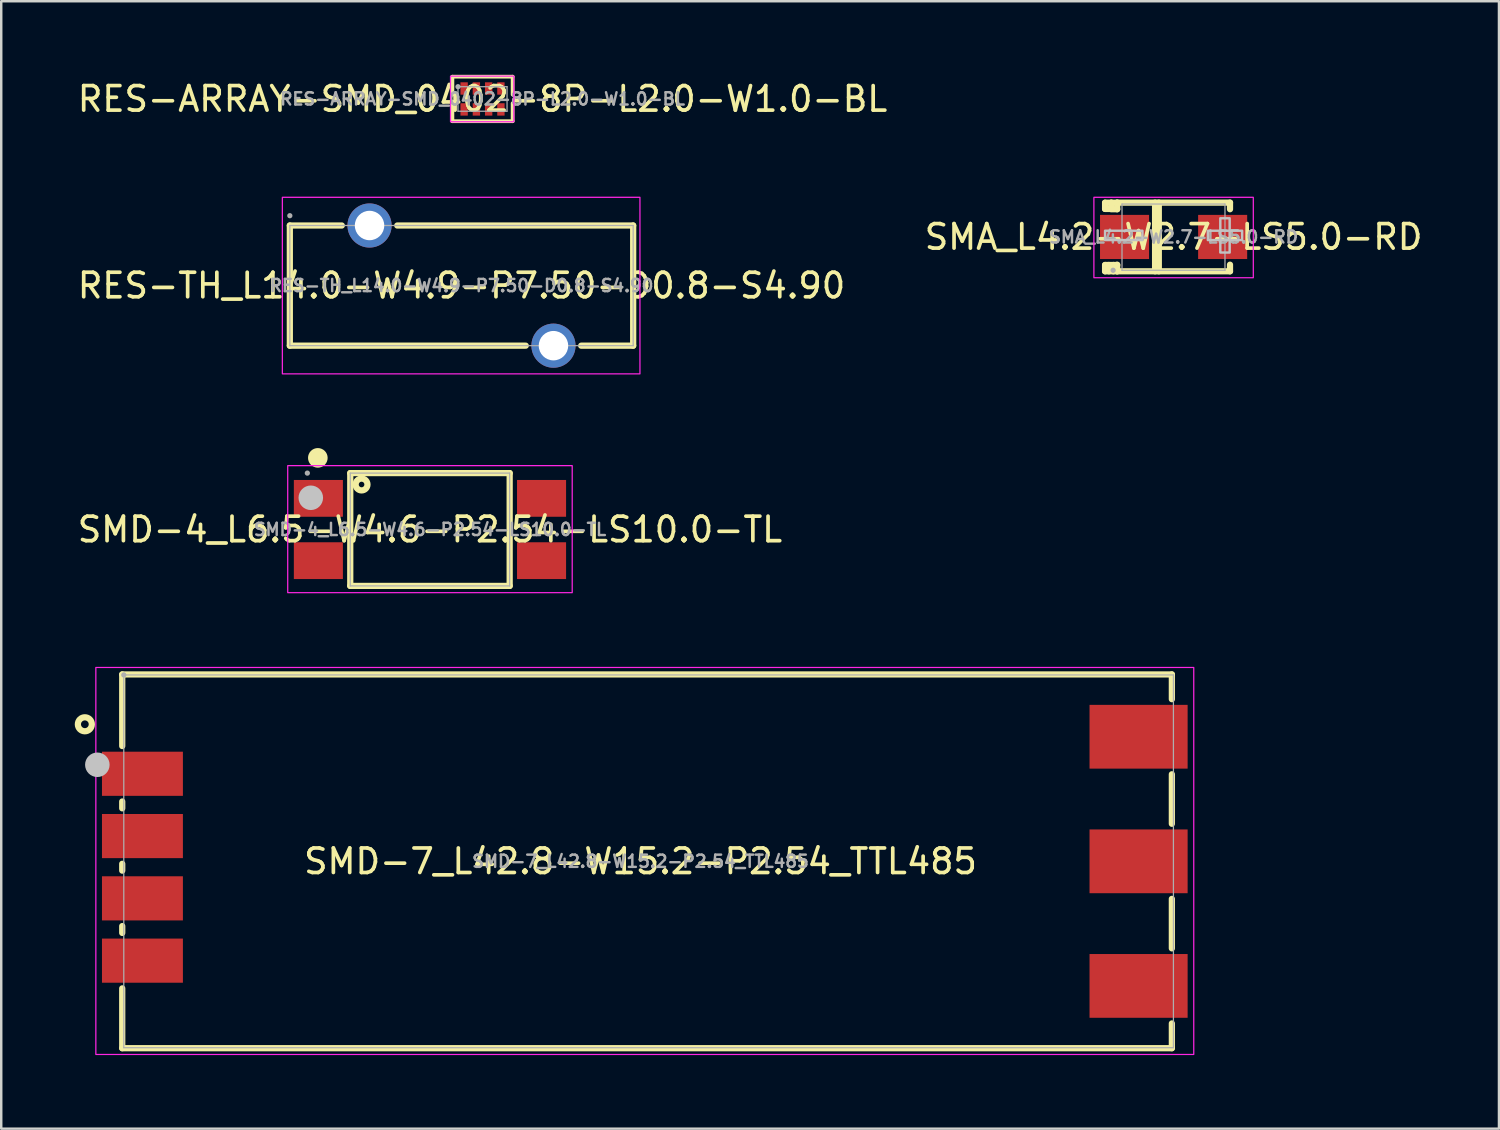
<source format=kicad_pcb>
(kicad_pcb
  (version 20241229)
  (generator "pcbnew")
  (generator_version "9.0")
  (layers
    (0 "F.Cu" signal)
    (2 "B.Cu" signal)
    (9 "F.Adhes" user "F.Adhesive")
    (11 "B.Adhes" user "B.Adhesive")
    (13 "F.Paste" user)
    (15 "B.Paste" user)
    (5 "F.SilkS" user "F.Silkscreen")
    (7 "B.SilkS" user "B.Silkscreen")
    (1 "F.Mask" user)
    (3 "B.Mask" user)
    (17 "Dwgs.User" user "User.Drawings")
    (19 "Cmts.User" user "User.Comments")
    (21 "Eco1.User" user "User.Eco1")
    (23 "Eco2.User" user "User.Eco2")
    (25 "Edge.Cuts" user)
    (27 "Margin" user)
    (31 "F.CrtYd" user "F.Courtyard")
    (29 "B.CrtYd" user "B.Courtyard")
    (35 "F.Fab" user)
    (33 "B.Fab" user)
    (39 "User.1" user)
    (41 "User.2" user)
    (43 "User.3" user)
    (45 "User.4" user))
  (footprint "RES-ARRAY-SMD_0402-8P-L2.0-W1.0-BL"
    (layer "F.Cu")
    (at 16.625 0.985)
    (property "Reference" "RES-ARRAY-SMD_0402-8P-L2.0-W1.0-BL" (at 0 0 0) (layer "F.SilkS") (effects (font (size 1 1) (thickness 0.15))))
    (fp_line (start -1.228 -0.908) (end 1.228 -0.908) (stroke (width 0.152) (type default)) (layer "F.SilkS"))
    (fp_line (start -1.228 -0.175) (end -1.228 -0.908) (stroke (width 0.152) (type default)) (layer "F.SilkS"))
    (fp_line (start -1.228 0.175) (end -1.228 0.908) (stroke (width 0.152) (type default)) (layer "F.SilkS"))
    (fp_line (start -1.228 0.908) (end 1.228 0.908) (stroke (width 0.152) (type default)) (layer "F.SilkS"))
    (fp_line (start 1.228 -0.908) (end 1.228 -0.175) (stroke (width 0.152) (type default)) (layer "F.SilkS"))
    (fp_line (start 1.228 0.908) (end 1.228 0.175) (stroke (width 0.152) (type default)) (layer "F.SilkS"))
    (fp_rect (start -1.305 -0.93) (end 1.276 0.93) (stroke (width 0.05) (type default)) (fill no) (layer "F.CrtYd"))
    (fp_line (start -1 -0.5) (end -1 0.5) (stroke (width 0.051) (type default)) (layer "F.Fab"))
    (fp_line (start -1 0.5) (end 1 0.5) (stroke (width 0.051) (type default)) (layer "F.Fab"))
    (fp_line (start 1 -0.5) (end -1 -0.5) (stroke (width 0.051) (type default)) (layer "F.Fab"))
    (fp_line (start 1 0.5) (end 1 -0.5) (stroke (width 0.051) (type default)) (layer "F.Fab"))
    (fp_poly (pts (xy -0.945 -0.523) (xy -0.977 -0.555) (xy -1.023 -0.555) (xy -1.055 -0.523) (xy -1.055 -0.477) (xy -1.023 -0.445) (xy -0.977 -0.445) (xy -0.945 -0.477)) (stroke (width 0.1) (type default)) (fill no) (layer "F.Fab"))
    (fp_poly (pts (xy -0.9 -0.5) (xy -0.9 -0.2) (xy -0.6 -0.2) (xy -0.6 -0.5)) (stroke (width 0.1) (type default)) (fill no) (layer "User.1"))
    (fp_poly (pts (xy -0.9 0.5) (xy -0.9 0.2) (xy -0.6 0.2) (xy -0.6 0.5)) (stroke (width 0.1) (type default)) (fill no) (layer "User.1"))
    (fp_poly (pts (xy -0.4 -0.5) (xy -0.4 -0.2) (xy -0.1 -0.2) (xy -0.1 -0.5)) (stroke (width 0.1) (type default)) (fill no) (layer "User.1"))
    (fp_poly (pts (xy -0.4 0.5) (xy -0.4 0.2) (xy -0.1 0.2) (xy -0.1 0.5)) (stroke (width 0.1) (type default)) (fill no) (layer "User.1"))
    (fp_poly (pts (xy 0.1 -0.5) (xy 0.1 -0.2) (xy 0.4 -0.2) (xy 0.4 -0.5)) (stroke (width 0.1) (type default)) (fill no) (layer "User.1"))
    (fp_poly (pts (xy 0.1 0.5) (xy 0.1 0.2) (xy 0.4 0.2) (xy 0.4 0.5)) (stroke (width 0.1) (type default)) (fill no) (layer "User.1"))
    (fp_poly (pts (xy 0.6 -0.5) (xy 0.6 -0.2) (xy 0.9 -0.2) (xy 0.9 -0.5)) (stroke (width 0.1) (type default)) (fill no) (layer "User.1"))
    (fp_poly (pts (xy 0.6 0.5) (xy 0.6 0.2) (xy 0.9 0.2) (xy 0.9 0.5)) (stroke (width 0.1) (type default)) (fill no) (layer "User.1"))
    (fp_text user "${REFERENCE}" (at 0 0 0) (layer "F.Fab") (effects (font (size 0.5 0.5) (thickness 0.1))))
    (pad "1" smd rect (at -0.75 -0.427 180) (size 0.3 0.505) (layers "F.Cu" "F.Mask" "F.Paste"))
    (pad "2" smd rect (at -0.25 -0.427 180) (size 0.3 0.505) (layers "F.Cu" "F.Mask" "F.Paste"))
    (pad "3" smd rect (at 0.25 -0.427 180) (size 0.3 0.505) (layers "F.Cu" "F.Mask" "F.Paste"))
    (pad "4" smd rect (at 0.75 -0.427 180) (size 0.3 0.505) (layers "F.Cu" "F.Mask" "F.Paste"))
    (pad "5" smd rect (at 0.75 0.427 180) (size 0.3 0.505) (layers "F.Cu" "F.Mask" "F.Paste"))
    (pad "6" smd rect (at 0.25 0.427 180) (size 0.3 0.505) (layers "F.Cu" "F.Mask" "F.Paste"))
    (pad "7" smd rect (at -0.25 0.427 180) (size 0.3 0.505) (layers "F.Cu" "F.Mask" "F.Paste"))
    (pad "8" smd rect (at -0.75 0.427 180) (size 0.3 0.505) (layers "F.Cu" "F.Mask" "F.Paste")))
  (footprint "SMD-7_L42.8-W15.2-P2.54_TTL485"
    (layer "F.Cu")
    (at 23.067 32.071)
    (property "Reference" "SMD-7_L42.8-W15.2-P2.54_TTL485" (at 0 0 0) (layer "F.SilkS") (effects (font (size 1 1) (thickness 0.15))))
    (fp_line (start -21.133 -7.62) (end 21.666 -7.62) (stroke (width 0.254) (type default)) (layer "F.SilkS"))
    (fp_line (start -21.133 -4.701) (end -21.133 -7.62) (stroke (width 0.254) (type default)) (layer "F.SilkS"))
    (fp_line (start -21.133 -2.161) (end -21.133 -2.439) (stroke (width 0.254) (type default)) (layer "F.SilkS"))
    (fp_line (start -21.133 0.379) (end -21.133 0.101) (stroke (width 0.254) (type default)) (layer "F.SilkS"))
    (fp_line (start -21.133 2.919) (end -21.133 2.641) (stroke (width 0.254) (type default)) (layer "F.SilkS"))
    (fp_line (start -21.133 7.62) (end -21.133 5.181) (stroke (width 0.254) (type default)) (layer "F.SilkS"))
    (fp_line (start 21.666 -7.62) (end 21.666 -6.611) (stroke (width 0.254) (type default)) (layer "F.SilkS"))
    (fp_line (start 21.666 -3.549) (end 21.666 -1.531) (stroke (width 0.254) (type default)) (layer "F.SilkS"))
    (fp_line (start 21.666 1.531) (end 21.666 3.549) (stroke (width 0.254) (type default)) (layer "F.SilkS"))
    (fp_line (start 21.666 6.611) (end 21.666 7.62) (stroke (width 0.254) (type default)) (layer "F.SilkS"))
    (fp_line (start 21.666 7.62) (end -21.133 7.62) (stroke (width 0.254) (type default)) (layer "F.SilkS"))
    (fp_circle (center -22.657 -5.588) (end -22.372 -5.588) (stroke (width 0.254) (type default)) (fill no) (layer "F.SilkS"))
    (fp_circle (center -22.148 -3.937) (end -21.898 -3.937) (stroke (width 0.5) (type default)) (fill no) (layer "Dwgs.User"))
    (fp_rect (start -22.209 -7.905) (end 22.559 7.875) (stroke (width 0.05) (type default)) (fill no) (layer "F.CrtYd"))
    (fp_line (start -21.07 -7.6) (end 21.73 -7.6) (stroke (width 0.051) (type default)) (layer "F.Fab"))
    (fp_line (start -21.07 7.6) (end -21.07 -7.6) (stroke (width 0.051) (type default)) (layer "F.Fab"))
    (fp_line (start 21.73 -7.6) (end 21.73 7.6) (stroke (width 0.051) (type default)) (layer "F.Fab"))
    (fp_line (start 21.73 7.6) (end -21.07 7.6) (stroke (width 0.051) (type default)) (layer "F.Fab"))
    (fp_poly (pts (xy -21.014 -7.623) (xy -21.047 -7.655) (xy -21.092 -7.655) (xy -21.125 -7.623) (xy -21.125 -7.577) (xy -21.092 -7.545) (xy -21.047 -7.545) (xy -21.014 -7.577)) (stroke (width 0.1) (type default)) (fill no) (layer "F.Fab"))
    (fp_poly (pts (xy -21.07 -4.07) (xy -19.07 -4.07) (xy -19.07 -3.07) (xy -21.07 -3.07)) (stroke (width 0.1) (type default)) (fill no) (layer "User.1"))
    (fp_poly (pts (xy -21.07 -1.53) (xy -19.07 -1.53) (xy -19.07 -0.53) (xy -21.07 -0.53)) (stroke (width 0.1) (type default)) (fill no) (layer "User.1"))
    (fp_poly (pts (xy -21.07 1.01) (xy -19.07 1.01) (xy -19.07 2.01) (xy -21.07 2.01)) (stroke (width 0.1) (type default)) (fill no) (layer "User.1"))
    (fp_poly (pts (xy -21.07 3.55) (xy -19.07 3.55) (xy -19.07 4.55) (xy -21.07 4.55)) (stroke (width 0.1) (type default)) (fill no) (layer "User.1"))
    (fp_poly (pts (xy 18.73 -5.88) (xy 21.73 -5.88) (xy 21.73 -4.28) (xy 18.73 -4.28)) (stroke (width 0.1) (type default)) (fill no) (layer "User.1"))
    (fp_poly (pts (xy 18.73 -0.8) (xy 21.73 -0.8) (xy 21.73 0.8) (xy 18.73 0.8)) (stroke (width 0.1) (type default)) (fill no) (layer "User.1"))
    (fp_poly (pts (xy 18.73 4.28) (xy 21.73 4.28) (xy 21.73 5.88) (xy 18.73 5.88)) (stroke (width 0.1) (type default)) (fill no) (layer "User.1"))
    (fp_text user "${REFERENCE}" (at 0 0 0) (layer "F.Fab") (effects (font (size 0.5 0.5) (thickness 0.1))))
    (pad "1" smd rect (at -20.309 -3.57 180) (size 3.3 1.8) (layers "F.Cu" "F.Mask" "F.Paste"))
    (pad "2" smd rect (at -20.309 -1.03 180) (size 3.3 1.8) (layers "F.Cu" "F.Mask" "F.Paste"))
    (pad "3" smd rect (at -20.309 1.51 180) (size 3.3 1.8) (layers "F.Cu" "F.Mask" "F.Paste"))
    (pad "4" smd rect (at -20.309 4.05 180) (size 3.3 1.8) (layers "F.Cu" "F.Mask" "F.Paste"))
    (pad "5" smd rect (at 20.309 5.08 180) (size 4 2.6) (layers "F.Cu" "F.Mask" "F.Paste"))
    (pad "6" smd rect (at 20.309 0 180) (size 4 2.6) (layers "F.Cu" "F.Mask" "F.Paste"))
    (pad "7" smd rect (at 20.309 -5.08 180) (size 4 2.6) (layers "F.Cu" "F.Mask" "F.Paste")))
  (footprint "SMA_L4.2-W2.7-LS5.0-RD"
    (layer "F.Cu")
    (at 44.804 6.612)
    (property "Reference" "SMA_L4.2-W2.7-LS5.0-RD" (at 0 0 0) (layer "F.SilkS") (effects (font (size 1 1) (thickness 0.15))))
    (fp_line (start -2.794 -1.397) (end -2.54 -1.397) (stroke (width 0.254) (type default)) (layer "F.SilkS"))
    (fp_line (start -2.794 -1.143) (end -2.794 -1.397) (stroke (width 0.254) (type default)) (layer "F.SilkS"))
    (fp_line (start -2.794 1.143) (end -2.3 1.143) (stroke (width 0.254) (type default)) (layer "F.SilkS"))
    (fp_line (start -2.794 1.4) (end -2.794 1.143) (stroke (width 0.254) (type default)) (layer "F.SilkS"))
    (fp_line (start -2.64 1.4) (end -2.64 1.143) (stroke (width 0.254) (type default)) (layer "F.SilkS"))
    (fp_line (start -2.54 -1.397) (end -2.54 -1.143) (stroke (width 0.254) (type default)) (layer "F.SilkS"))
    (fp_line (start -2.54 -1.397) (end -2.3 -1.397) (stroke (width 0.254) (type default)) (layer "F.SilkS"))
    (fp_line (start -2.54 -1.143) (end -2.794 -1.143) (stroke (width 0.254) (type default)) (layer "F.SilkS"))
    (fp_line (start -2.454 1.4) (end -2.454 1.143) (stroke (width 0.254) (type default)) (layer "F.SilkS"))
    (fp_line (start -2.3 -1.4) (end -2.3 -1.131) (stroke (width 0.254) (type default)) (layer "F.SilkS"))
    (fp_line (start -2.3 -1.4) (end 2.3 -1.4) (stroke (width 0.254) (type default)) (layer "F.SilkS"))
    (fp_line (start -2.3 -1.131) (end -2.54 -1.131) (stroke (width 0.254) (type default)) (layer "F.SilkS"))
    (fp_line (start -2.3 1.131) (end -2.3 1.4) (stroke (width 0.254) (type default)) (layer "F.SilkS"))
    (fp_line (start -2.3 1.4) (end -2.794 1.4) (stroke (width 0.254) (type default)) (layer "F.SilkS"))
    (fp_line (start -2.3 1.4) (end 2.3 1.4) (stroke (width 0.254) (type default)) (layer "F.SilkS"))
    (fp_line (start -0.755 1.4) (end -0.755 -1.4) (stroke (width 0.254) (type default)) (layer "F.SilkS"))
    (fp_line (start -0.603 -1.4) (end -0.603 1.4) (stroke (width 0.254) (type default)) (layer "F.SilkS"))
    (fp_line (start 2.3 -1.4) (end 2.3 -1.131) (stroke (width 0.254) (type default)) (layer "F.SilkS"))
    (fp_line (start 2.3 1.131) (end 2.3 1.4) (stroke (width 0.254) (type default)) (layer "F.SilkS"))
    (fp_poly (pts (xy -2.794 -0.254) (xy -2.794 0.127) (xy -1.27 0.127) (xy -1.27 -0.254)) (stroke (width 0.1) (type default)) (fill no) (layer "Dwgs.User"))
    (fp_poly (pts (xy 1.397 -0.254) (xy 1.397 0.127) (xy 2.794 0.127) (xy 2.794 -0.254)) (stroke (width 0.1) (type default)) (fill no) (layer "Dwgs.User"))
    (fp_poly (pts (xy 1.905 0.635) (xy 2.286 0.635) (xy 2.286 -0.762) (xy 1.905 -0.762)) (stroke (width 0.1) (type default)) (fill no) (layer "Dwgs.User"))
    (fp_rect (start -3.25 -1.617) (end 3.25 1.663) (stroke (width 0.05) (type default)) (fill no) (layer "F.CrtYd"))
    (fp_line (start -2.104 -1.342) (end 2.095 -1.342) (stroke (width 0.051) (type default)) (layer "F.Fab"))
    (fp_line (start -2.104 1.358) (end -2.104 -1.342) (stroke (width 0.051) (type default)) (layer "F.Fab"))
    (fp_line (start 2.095 -1.342) (end 2.095 1.358) (stroke (width 0.051) (type default)) (layer "F.Fab"))
    (fp_line (start 2.095 1.358) (end -2.104 1.358) (stroke (width 0.051) (type default)) (layer "F.Fab"))
    (fp_poly (pts (xy -2.411 1.335) (xy -2.444 1.303) (xy -2.489 1.303) (xy -2.522 1.335) (xy -2.522 1.381) (xy -2.489 1.413) (xy -2.444 1.413) (xy -2.411 1.381)) (stroke (width 0.1) (type default)) (fill no) (layer "F.Fab"))
    (fp_poly (pts (xy -2.5 0.7) (xy -2.5 -0.7) (xy -1.36 -0.7) (xy -1.36 0.7)) (stroke (width 0.1) (type default)) (fill no) (layer "User.1"))
    (fp_poly (pts (xy 1.36 0.7) (xy 1.36 -0.7) (xy 2.5 -0.7) (xy 2.5 0.7)) (stroke (width 0.1) (type default)) (fill no) (layer "User.1"))
    (fp_text user "${REFERENCE}" (at 0 0 0) (layer "F.Fab") (effects (font (size 0.5 0.5) (thickness 0.1))))
    (pad "1" smd rect (at -2 0) (size 2 1.8) (layers "F.Cu" "F.Mask" "F.Paste"))
    (pad "2" smd rect (at 2 0) (size 2 1.8) (layers "F.Cu" "F.Mask" "F.Paste")))
  (footprint "RES-TH_L14.0-W4.9-P7.50-D0.8-S4.90"
    (layer "F.Cu")
    (at 15.768 8.595)
    (property "Reference" "RES-TH_L14.0-W4.9-P7.50-D0.8-S4.90" (at 0 0 0) (layer "F.SilkS") (effects (font (size 1 1) (thickness 0.15))))
    (fp_line (start -7 -2.45) (end -4.881 -2.45) (stroke (width 0.254) (type default)) (layer "F.SilkS"))
    (fp_line (start -7 2.45) (end -7 -2.45) (stroke (width 0.254) (type default)) (layer "F.SilkS"))
    (fp_line (start -7 2.45) (end 2.619 2.45) (stroke (width 0.254) (type default)) (layer "F.SilkS"))
    (fp_line (start -2.619 -2.45) (end 7 -2.45) (stroke (width 0.254) (type default)) (layer "F.SilkS"))
    (fp_line (start 4.881 2.45) (end 7 2.45) (stroke (width 0.254) (type default)) (layer "F.SilkS"))
    (fp_line (start 7 -2.45) (end 7 2.45) (stroke (width 0.254) (type default)) (layer "F.SilkS"))
    (fp_rect (start -7.305 -3.6) (end 7.276 3.6) (stroke (width 0.05) (type default)) (fill no) (layer "F.CrtYd"))
    (fp_line (start -7 -2.45) (end 7 -2.45) (stroke (width 0.051) (type default)) (layer "F.Fab"))
    (fp_line (start -7 2.45) (end -7 -2.45) (stroke (width 0.051) (type default)) (layer "F.Fab"))
    (fp_line (start 7 -2.45) (end 7 2.45) (stroke (width 0.051) (type default)) (layer "F.Fab"))
    (fp_line (start 7 2.45) (end -7 2.45) (stroke (width 0.051) (type default)) (layer "F.Fab"))
    (fp_poly (pts (xy -6.945 -2.873) (xy -6.977 -2.905) (xy -7.023 -2.905) (xy -7.055 -2.873) (xy -7.055 -2.827) (xy -7.023 -2.795) (xy -6.977 -2.795) (xy -6.945 -2.827)) (stroke (width 0.1) (type default)) (fill no) (layer "F.Fab"))
    (fp_poly (pts (xy -3.353 -2.502) (xy -3.38 -2.603) (xy -3.433 -2.694) (xy -3.506 -2.767) (xy -3.597 -2.82) (xy -3.698 -2.847) (xy -3.802 -2.847) (xy -3.903 -2.82) (xy -3.994 -2.767) (xy -4.067 -2.694) (xy -4.12 -2.603) (xy -4.147 -2.502) (xy -4.147 -2.398) (xy -4.12 -2.297) (xy -4.067 -2.206) (xy -3.994 -2.133) (xy -3.903 -2.08) (xy -3.802 -2.053) (xy -3.698 -2.053) (xy -3.597 -2.08) (xy -3.506 -2.133) (xy -3.433 -2.206) (xy -3.38 -2.297) (xy -3.353 -2.398)) (stroke (width 0.1) (type default)) (fill no) (layer "User.1"))
    (fp_poly (pts (xy 4.147 2.398) (xy 4.12 2.297) (xy 4.067 2.206) (xy 3.994 2.133) (xy 3.903 2.08) (xy 3.802 2.053) (xy 3.698 2.053) (xy 3.597 2.08) (xy 3.506 2.133) (xy 3.433 2.206) (xy 3.38 2.297) (xy 3.353 2.398) (xy 3.353 2.502) (xy 3.38 2.603) (xy 3.433 2.694) (xy 3.506 2.767) (xy 3.597 2.82) (xy 3.698 2.847) (xy 3.802 2.847) (xy 3.903 2.82) (xy 3.994 2.767) (xy 4.067 2.694) (xy 4.12 2.603) (xy 4.147 2.502)) (stroke (width 0.1) (type default)) (fill no) (layer "User.1"))
    (fp_text user "${REFERENCE}" (at 0 0 0) (layer "F.Fab") (effects (font (size 0.5 0.5) (thickness 0.1))))
    (pad "1" thru_hole circle (at -3.75 -2.45) (size 1.8 1.8) (drill 1.2) (layers "*.Cu" "*.Mask"))
    (pad "2" thru_hole circle (at 3.75 2.45) (size 1.8 1.8) (drill 1.2) (layers "*.Cu" "*.Mask")))
  (footprint "SMD-4_L6.5-W4.6-P2.54-LS10.0-TL"
    (layer "F.Cu")
    (at 14.482 18.541)
    (property "Reference" "SMD-4_L6.5-W4.6-P2.54-LS10.0-TL" (at 0 0 0) (layer "F.SilkS") (effects (font (size 1 1) (thickness 0.15))))
    (fp_line (start -3.25 -2.3) (end -3.25 2.3) (stroke (width 0.254) (type default)) (layer "F.SilkS"))
    (fp_line (start -3.25 -2.3) (end 3.25 -2.3) (stroke (width 0.254) (type default)) (layer "F.SilkS"))
    (fp_line (start -3.25 2.3) (end 3.25 2.3) (stroke (width 0.254) (type default)) (layer "F.SilkS"))
    (fp_line (start 3.25 -2.3) (end 3.25 2.3) (stroke (width 0.254) (type default)) (layer "F.SilkS"))
    (fp_circle (center -4.572 -2.921) (end -4.372 -2.921) (stroke (width 0.4) (type default)) (fill no) (layer "F.SilkS"))
    (fp_circle (center -2.789 -1.835) (end -2.675 -1.835) (stroke (width 0.254) (type default)) (fill no) (layer "F.SilkS"))
    (fp_circle (center -4.859 -1.294) (end -4.609 -1.294) (stroke (width 0.5) (type default)) (fill no) (layer "Dwgs.User"))
    (fp_rect (start -5.8 -2.605) (end 5.8 2.575) (stroke (width 0.05) (type default)) (fill no) (layer "F.CrtYd"))
    (fp_line (start -3.25 -2.3) (end 3.25 -2.3) (stroke (width 0.051) (type default)) (layer "F.Fab"))
    (fp_line (start -3.25 2.3) (end -3.25 -2.3) (stroke (width 0.051) (type default)) (layer "F.Fab"))
    (fp_line (start 3.25 -2.3) (end 3.25 2.3) (stroke (width 0.051) (type default)) (layer "F.Fab"))
    (fp_line (start 3.25 2.3) (end -3.25 2.3) (stroke (width 0.051) (type default)) (layer "F.Fab"))
    (fp_poly (pts (xy -4.945 -2.323) (xy -4.977 -2.355) (xy -5.023 -2.355) (xy -5.055 -2.323) (xy -5.055 -2.277) (xy -5.023 -2.245) (xy -4.977 -2.245) (xy -4.945 -2.277)) (stroke (width 0.1) (type default)) (fill no) (layer "F.Fab"))
    (fp_poly (pts (xy -5 -0.67) (xy -5 -1.87) (xy -4 -1.87) (xy -4 -0.67)) (stroke (width 0.1) (type default)) (fill no) (layer "User.1"))
    (fp_poly (pts (xy -5 1.87) (xy -5 0.67) (xy -4 0.67) (xy -4 1.87)) (stroke (width 0.1) (type default)) (fill no) (layer "User.1"))
    (fp_poly (pts (xy -4.01 -0.67) (xy -4.01 -1.87) (xy -3.24 -1.87) (xy -3.24 -0.67)) (stroke (width 0.1) (type default)) (fill no) (layer "User.1"))
    (fp_poly (pts (xy -4.01 1.87) (xy -4.01 0.67) (xy -3.24 0.67) (xy -3.24 1.87)) (stroke (width 0.1) (type default)) (fill no) (layer "User.1"))
    (fp_poly (pts (xy 3.24 -0.67) (xy 3.24 -1.87) (xy 4.01 -1.87) (xy 4.01 -0.67)) (stroke (width 0.1) (type default)) (fill no) (layer "User.1"))
    (fp_poly (pts (xy 3.24 1.87) (xy 3.24 0.67) (xy 4.01 0.67) (xy 4.01 1.87)) (stroke (width 0.1) (type default)) (fill no) (layer "User.1"))
    (fp_poly (pts (xy 4 -0.67) (xy 4 -1.87) (xy 5 -1.87) (xy 5 -0.67)) (stroke (width 0.1) (type default)) (fill no) (layer "User.1"))
    (fp_poly (pts (xy 4 1.87) (xy 4 0.67) (xy 5 0.67) (xy 5 1.87)) (stroke (width 0.1) (type default)) (fill no) (layer "User.1"))
    (fp_text user "${REFERENCE}" (at 0 0 0) (layer "F.Fab") (effects (font (size 0.5 0.5) (thickness 0.1))))
    (pad "1" smd rect (at -4.55 -1.27) (size 2 1.5) (layers "F.Cu" "F.Mask" "F.Paste"))
    (pad "2" smd rect (at -4.55 1.27) (size 2 1.5) (layers "F.Cu" "F.Mask" "F.Paste"))
    (pad "3" smd rect (at 4.55 1.27) (size 2 1.5) (layers "F.Cu" "F.Mask" "F.Paste"))
    (pad "4" smd rect (at 4.55 -1.27) (size 2 1.5) (layers "F.Cu" "F.Mask" "F.Paste")))
  (gr_rect
    (start -3 -3)
    (end 58.071 42.972)
    (stroke (width 0.1) (type default))
    (fill no)
    (layer "Edge.Cuts")))
</source>
